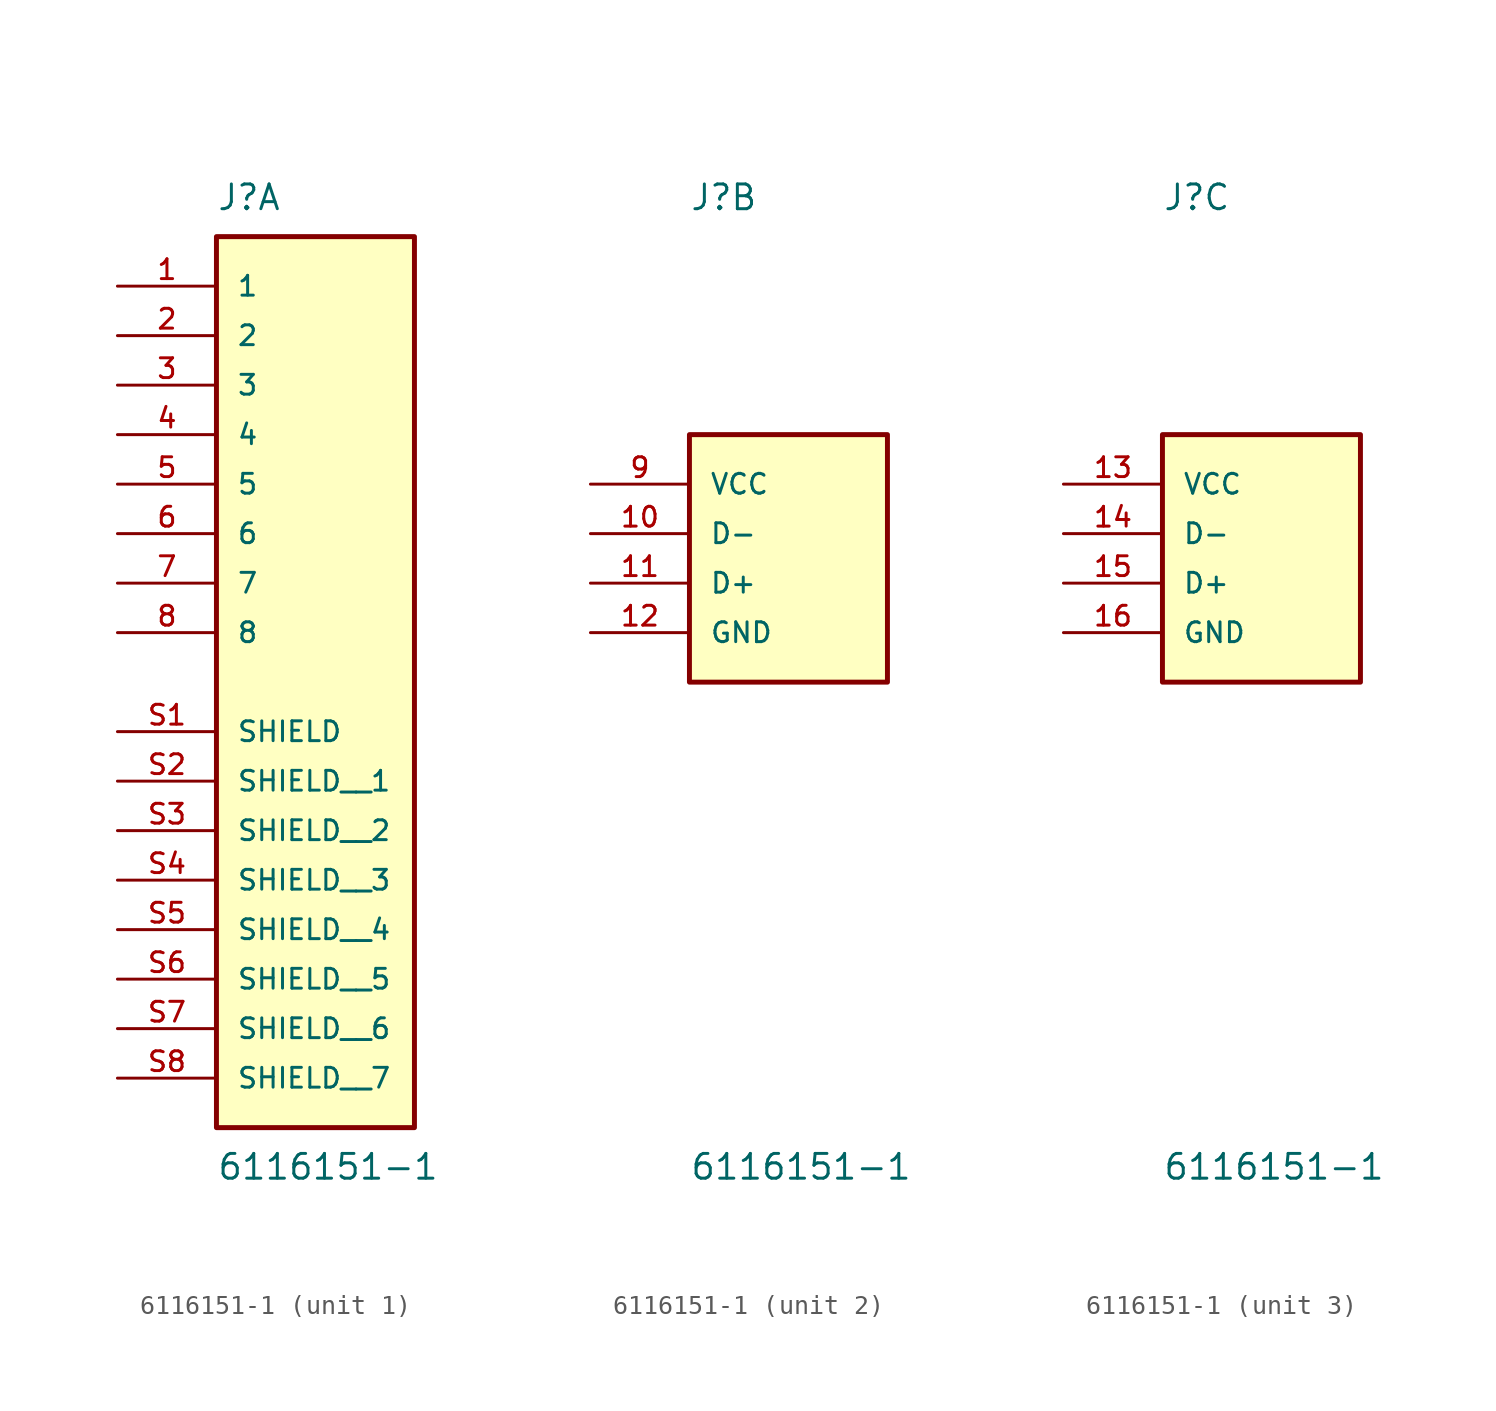
<source format=kicad_sym>
(kicad_symbol_lib
  (version 20211014)
  (generator kicad_symbol_editor)
  (symbol "6116151-1"
    (pin_names
      (offset 1.016))
    (property "Reference" "J"
      (at -5.08 16.51 0)
      (effects (font (size 1.27 1.27)) (justify bottom left)))
    (property "Value" "6116151-1"
      (at -5.08 -31.75 0)
      (effects (font (size 1.27 1.27)) (justify top left)))
    (symbol "6116151-1_1_0"
      (rectangle (start -5.08 -30.48) (end 5.08 15.24) (stroke (width 0.254)) (fill (type background)))
      (pin passive line (at -10.16 12.7 0) (length 5.08) (name "1" (effects (font (size 1.016 1.016)))) (number "1" (effects (font (size 1.016 1.016)))))
      (pin passive line (at -10.16 10.16 0) (length 5.08) (name "2" (effects (font (size 1.016 1.016)))) (number "2" (effects (font (size 1.016 1.016)))))
      (pin passive line (at -10.16 7.62 0) (length 5.08) (name "3" (effects (font (size 1.016 1.016)))) (number "3" (effects (font (size 1.016 1.016)))))
      (pin passive line (at -10.16 5.08 0) (length 5.08) (name "4" (effects (font (size 1.016 1.016)))) (number "4" (effects (font (size 1.016 1.016)))))
      (pin passive line (at -10.16 2.54 0) (length 5.08) (name "5" (effects (font (size 1.016 1.016)))) (number "5" (effects (font (size 1.016 1.016)))))
      (pin passive line (at -10.16 0.0 0) (length 5.08) (name "6" (effects (font (size 1.016 1.016)))) (number "6" (effects (font (size 1.016 1.016)))))
      (pin passive line (at -10.16 -2.54 0) (length 5.08) (name "7" (effects (font (size 1.016 1.016)))) (number "7" (effects (font (size 1.016 1.016)))))
      (pin passive line (at -10.16 -5.08 0) (length 5.08) (name "8" (effects (font (size 1.016 1.016)))) (number "8" (effects (font (size 1.016 1.016)))))
      (pin passive line (at -10.16 -10.16 0) (length 5.08) (name "SHIELD" (effects (font (size 1.016 1.016)))) (number "S1" (effects (font (size 1.016 1.016)))))
      (pin passive line (at -10.16 -12.7 0) (length 5.08) (name "SHIELD__1" (effects (font (size 1.016 1.016)))) (number "S2" (effects (font (size 1.016 1.016)))))
      (pin passive line (at -10.16 -15.24 0) (length 5.08) (name "SHIELD__2" (effects (font (size 1.016 1.016)))) (number "S3" (effects (font (size 1.016 1.016)))))
      (pin passive line (at -10.16 -17.78 0) (length 5.08) (name "SHIELD__3" (effects (font (size 1.016 1.016)))) (number "S4" (effects (font (size 1.016 1.016)))))
      (pin passive line (at -10.16 -20.32 0) (length 5.08) (name "SHIELD__4" (effects (font (size 1.016 1.016)))) (number "S5" (effects (font (size 1.016 1.016)))))
      (pin passive line (at -10.16 -22.86 0) (length 5.08) (name "SHIELD__5" (effects (font (size 1.016 1.016)))) (number "S6" (effects (font (size 1.016 1.016)))))
      (pin passive line (at -10.16 -25.4 0) (length 5.08) (name "SHIELD__6" (effects (font (size 1.016 1.016)))) (number "S7" (effects (font (size 1.016 1.016)))))
      (pin passive line (at -10.16 -27.94 0) (length 5.08) (name "SHIELD__7" (effects (font (size 1.016 1.016)))) (number "S8" (effects (font (size 1.016 1.016))))))
    (symbol "6116151-1_2_0"
      (rectangle (start -5.08 -7.62) (end 5.08 5.08) (stroke (width 0.254)) (fill (type background)))
      (pin power_in line (at -10.16 2.54 0) (length 5.08) (name "VCC" (effects (font (size 1.016 1.016)))) (number "9" (effects (font (size 1.016 1.016)))))
      (pin bidirectional line (at -10.16 0.0 0) (length 5.08) (name "D-" (effects (font (size 1.016 1.016)))) (number "10" (effects (font (size 1.016 1.016)))))
      (pin bidirectional line (at -10.16 -2.54 0) (length 5.08) (name "D+" (effects (font (size 1.016 1.016)))) (number "11" (effects (font (size 1.016 1.016)))))
      (pin power_in line (at -10.16 -5.08 0) (length 5.08) (name "GND" (effects (font (size 1.016 1.016)))) (number "12" (effects (font (size 1.016 1.016))))))
    (symbol "6116151-1_3_0"
      (rectangle (start -5.08 -7.62) (end 5.08 5.08) (stroke (width 0.254)) (fill (type background)))
      (pin power_in line (at -10.16 2.54 0) (length 5.08) (name "VCC" (effects (font (size 1.016 1.016)))) (number "13" (effects (font (size 1.016 1.016)))))
      (pin bidirectional line (at -10.16 0.0 0) (length 5.08) (name "D-" (effects (font (size 1.016 1.016)))) (number "14" (effects (font (size 1.016 1.016)))))
      (pin bidirectional line (at -10.16 -2.54 0) (length 5.08) (name "D+" (effects (font (size 1.016 1.016)))) (number "15" (effects (font (size 1.016 1.016)))))
      (pin power_in line (at -10.16 -5.08 0) (length 5.08) (name "GND" (effects (font (size 1.016 1.016)))) (number "16" (effects (font (size 1.016 1.016))))))))
</source>
